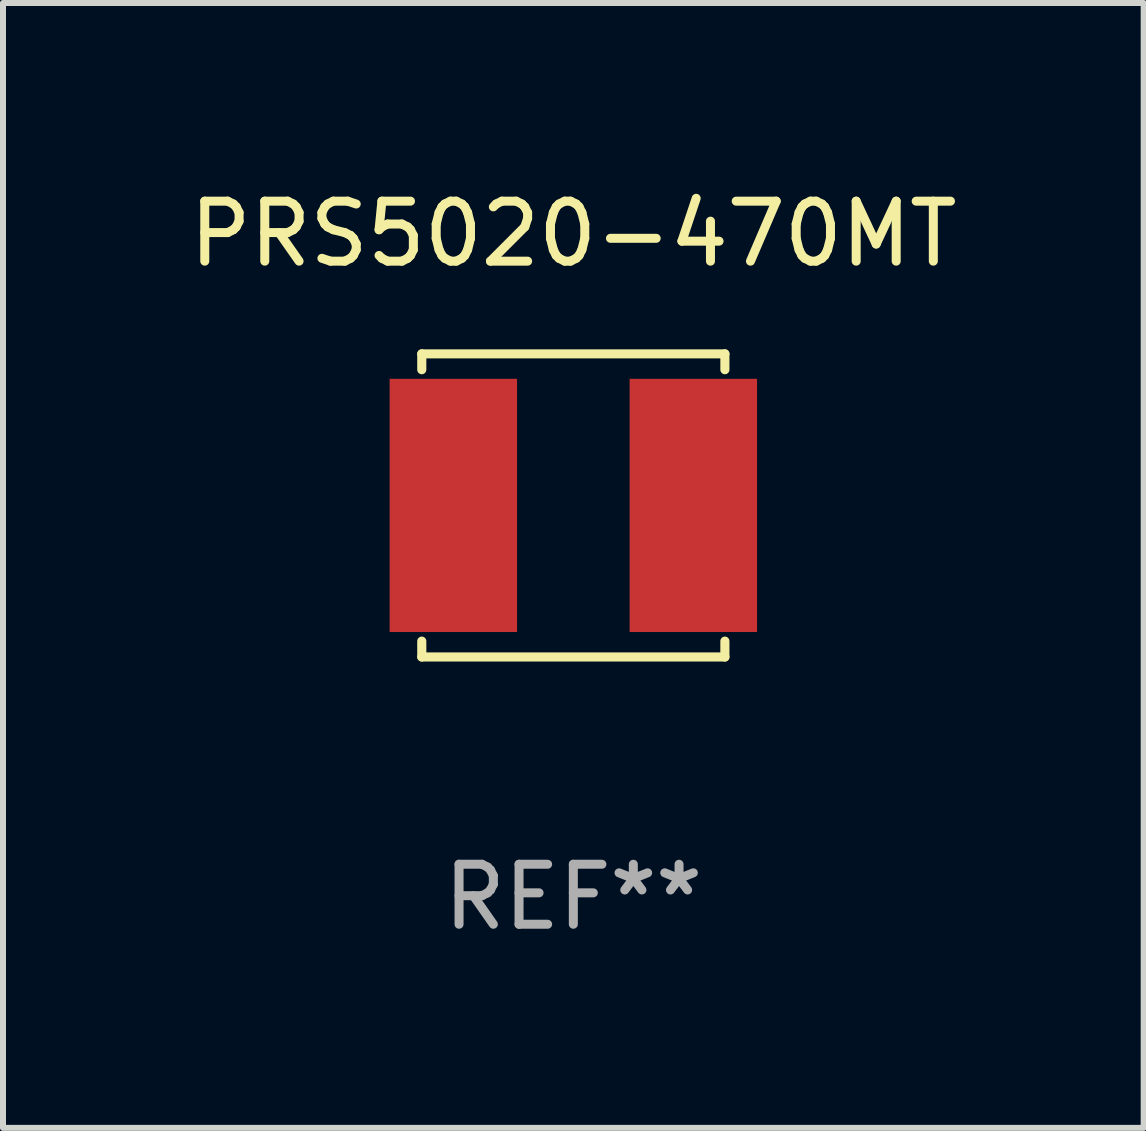
<source format=kicad_pcb>
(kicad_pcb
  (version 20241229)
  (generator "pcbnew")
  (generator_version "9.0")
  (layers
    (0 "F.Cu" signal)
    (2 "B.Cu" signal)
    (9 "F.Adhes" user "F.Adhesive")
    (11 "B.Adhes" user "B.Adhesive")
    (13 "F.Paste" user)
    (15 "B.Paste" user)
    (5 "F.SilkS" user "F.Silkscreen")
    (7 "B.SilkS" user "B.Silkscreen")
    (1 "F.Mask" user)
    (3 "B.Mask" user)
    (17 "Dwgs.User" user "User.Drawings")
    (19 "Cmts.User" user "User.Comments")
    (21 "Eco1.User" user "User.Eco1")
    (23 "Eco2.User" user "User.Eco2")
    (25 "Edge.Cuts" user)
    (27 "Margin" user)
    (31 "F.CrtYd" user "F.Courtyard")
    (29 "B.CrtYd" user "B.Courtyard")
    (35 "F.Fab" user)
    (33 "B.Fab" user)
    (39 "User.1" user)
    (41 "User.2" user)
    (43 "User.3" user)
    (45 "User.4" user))
  (footprint "PRS5020-470MT"
    (layer "F.Cu")
    (at 6.506 5.374)
    (property "Reference" "PRS5020-470MT" (at 0 -4.526 0) (layer "F.SilkS") (effects (font (size 1 1) (thickness 0.15))))
    (attr through_hole)
    (fp_line (start -2.526 -2.526) (end 2.526 -2.526) (stroke (width 0.152) (type solid)) (layer "F.SilkS"))
    (fp_line (start -2.526 -2.262) (end -2.526 -2.526) (stroke (width 0.152) (type solid)) (layer "F.SilkS"))
    (fp_line (start -2.526 2.262) (end -2.526 2.526) (stroke (width 0.152) (type solid)) (layer "F.SilkS"))
    (fp_line (start -2.526 2.526) (end 2.526 2.526) (stroke (width 0.152) (type solid)) (layer "F.SilkS"))
    (fp_line (start 2.526 -2.526) (end 2.526 -2.262) (stroke (width 0.152) (type solid)) (layer "F.SilkS"))
    (fp_line (start 2.526 2.526) (end 2.526 2.262) (stroke (width 0.152) (type solid)) (layer "F.SilkS"))
    (fp_circle (center 2.5 -2.5) (end 2.53 -2.5) (stroke (width 0.06) (type solid)) (fill no) (layer "F.SilkS"))
    (fp_text user "REF**" (at 0 6.526 0) (layer "F.Fab") (effects (font (size 1 1) (thickness 0.15))))
    (pad "1" smd rect (at 2 0) (size 2.124 4.22) (layers "F.Cu" "F.Mask" "F.Paste"))
    (pad "2" smd rect (at -2 0) (size 2.124 4.22) (layers "F.Cu" "F.Mask" "F.Paste")))
  (gr_rect
    (start -3 -3)
    (end 16.012 15.749)
    (stroke (width 0.1) (type default))
    (fill no)
    (layer "Edge.Cuts")))
</source>
